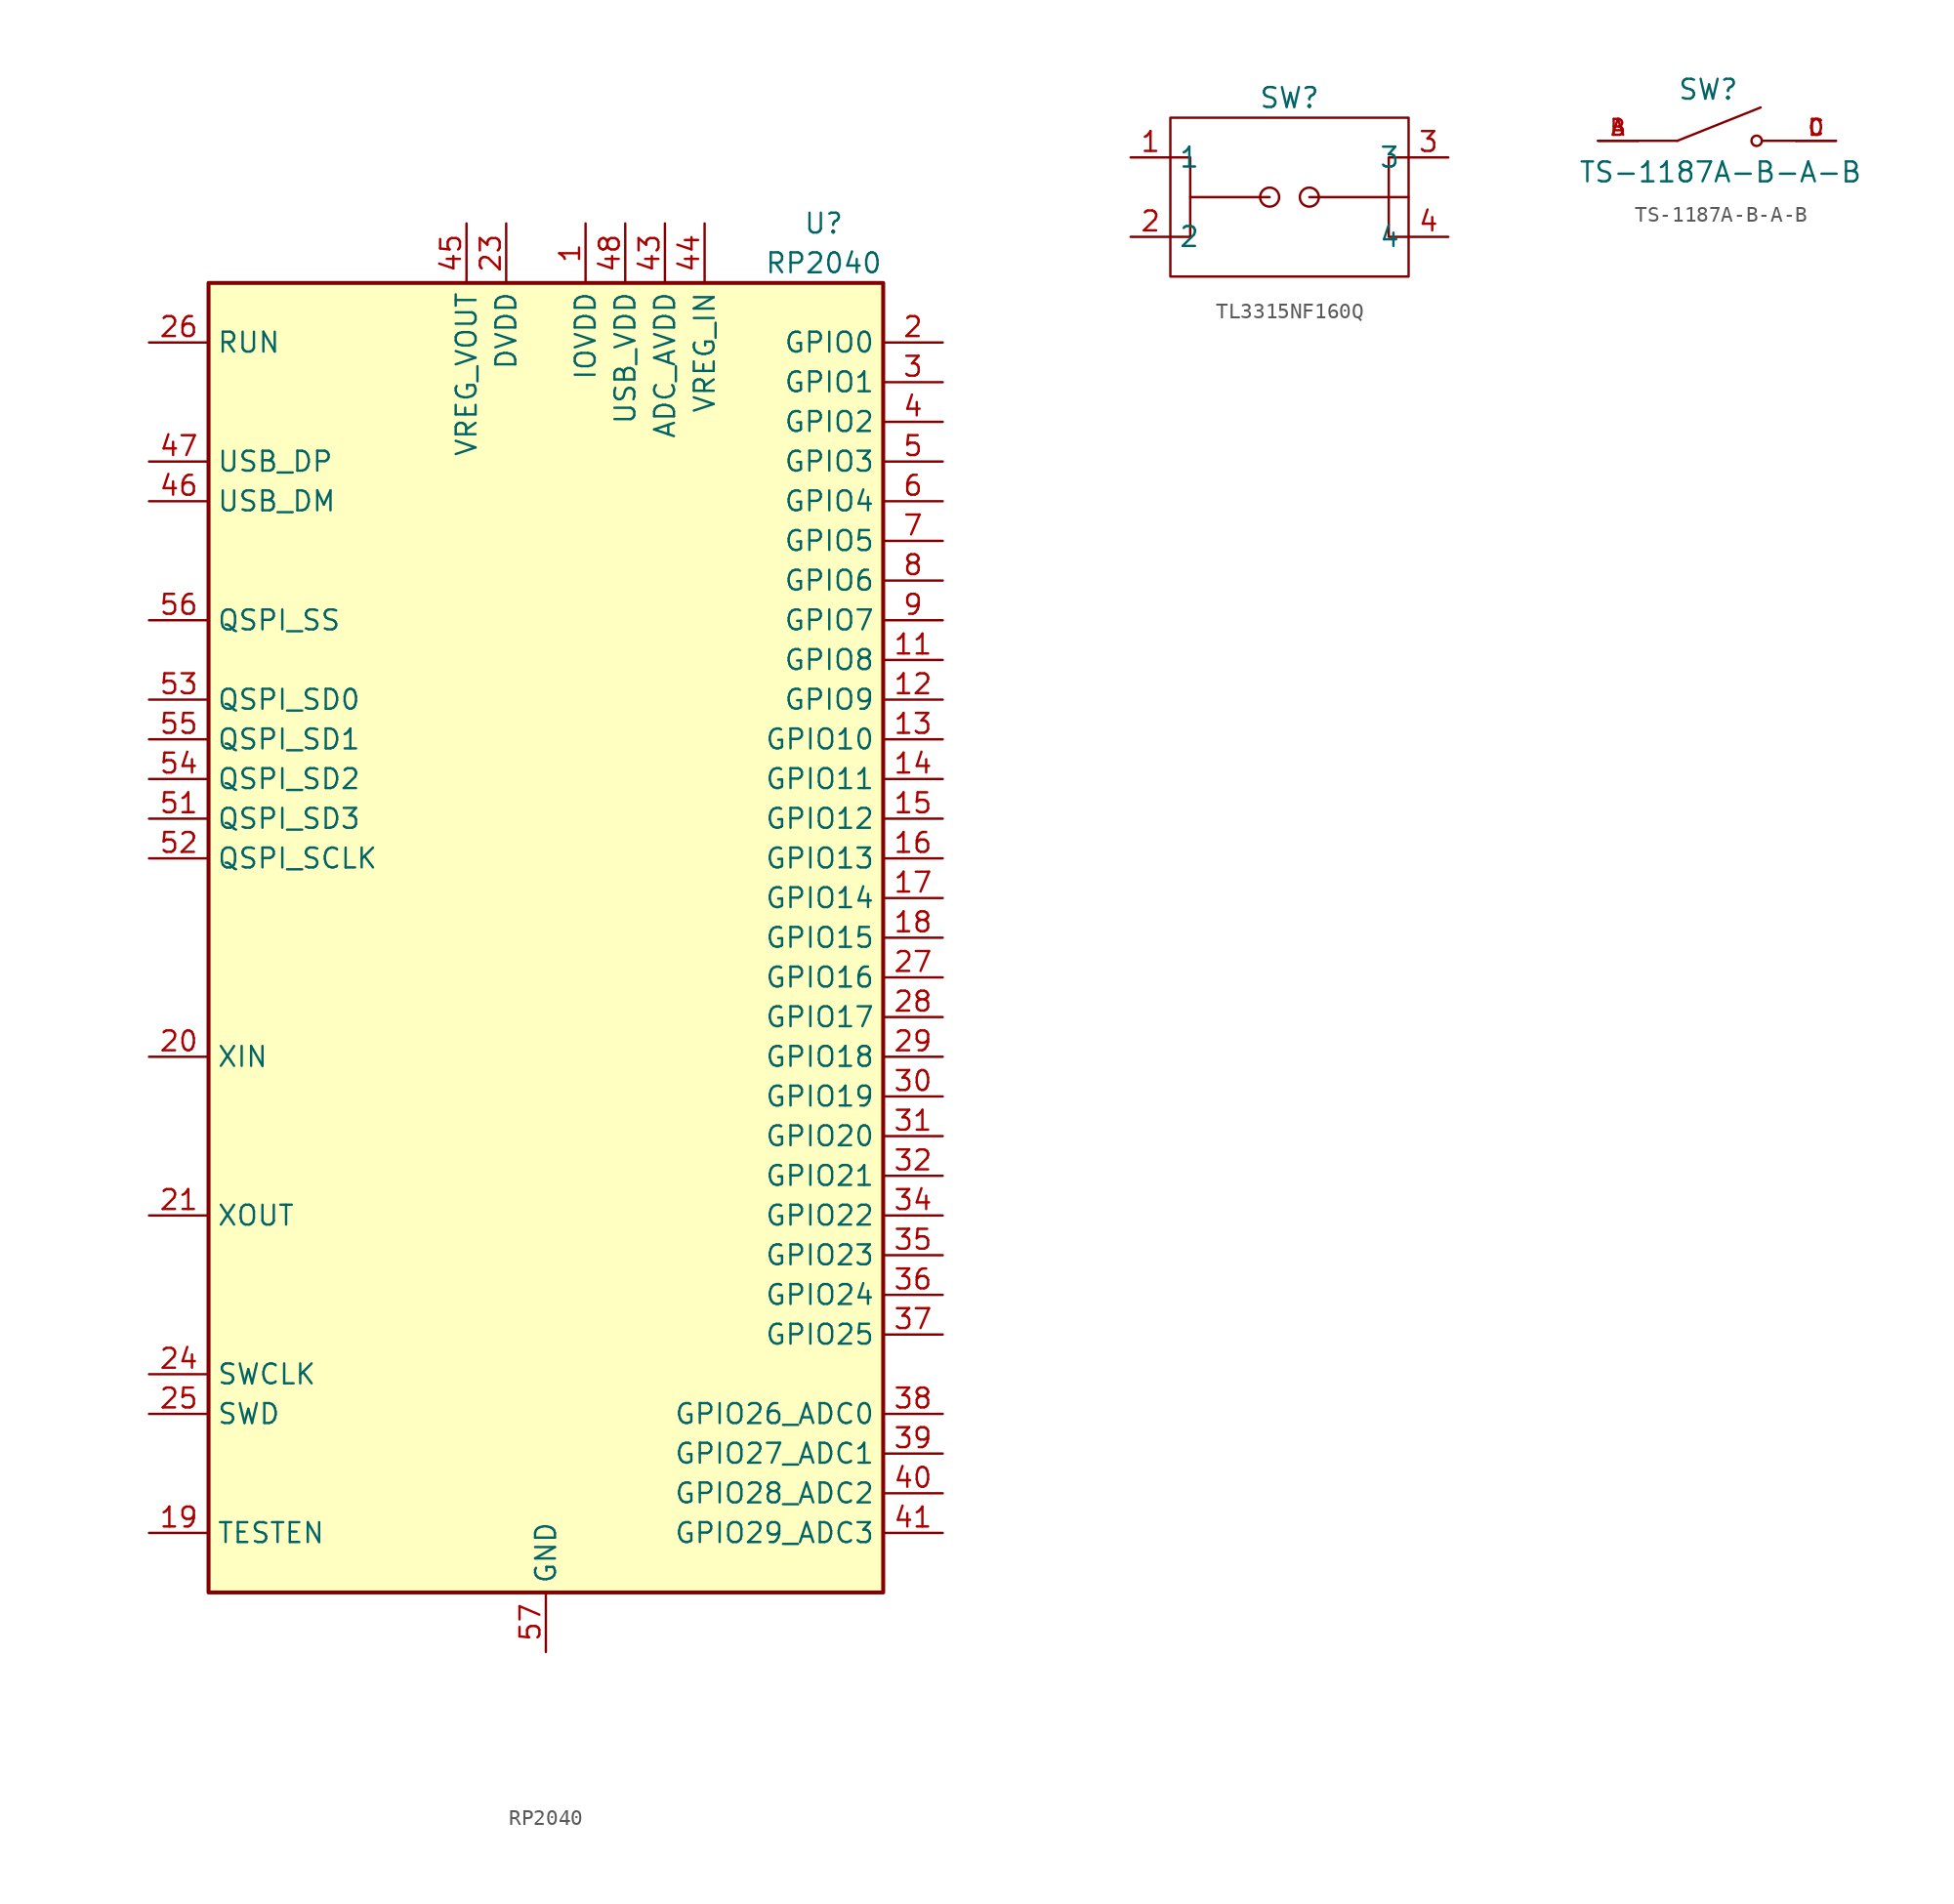
<source format=kicad_sym>
(kicad_symbol_lib
  (version 20220914)
  (generator kicad_symbol_editor)
  (symbol "RP2040"
    (property "Reference" "U"
      (at 17.78 45.72 0)
      (effects (font (size 1.27 1.27))))
    (property "Value" "RP2040"
      (at 17.78 43.18 0)
      (effects (font (size 1.27 1.27))))
    (symbol "RP2040_0_1"
      (rectangle (start -21.59 41.91) (end 21.59 -41.91) (stroke (width 0.254) (type default)) (fill (type background))))
    (symbol "RP2040_1_1"
      (pin power_in line (at 2.54 45.72 270) (length 3.81) (name "IOVDD" (effects (font (size 1.27 1.27)))) (number "1" (effects (font (size 1.27 1.27)))))
      (pin passive line (at 2.54 45.72 270) (length 3.81) hide (name "IOVDD" (effects (font (size 1.27 1.27)))) (number "10" (effects (font (size 1.27 1.27)))))
      (pin bidirectional line (at 25.4 17.78 180) (length 3.81) (name "GPIO8" (effects (font (size 1.27 1.27)))) (number "11" (effects (font (size 1.27 1.27)))))
      (pin bidirectional line (at 25.4 15.24 180) (length 3.81) (name "GPIO9" (effects (font (size 1.27 1.27)))) (number "12" (effects (font (size 1.27 1.27)))))
      (pin bidirectional line (at 25.4 12.7 180) (length 3.81) (name "GPIO10" (effects (font (size 1.27 1.27)))) (number "13" (effects (font (size 1.27 1.27)))))
      (pin bidirectional line (at 25.4 10.16 180) (length 3.81) (name "GPIO11" (effects (font (size 1.27 1.27)))) (number "14" (effects (font (size 1.27 1.27)))))
      (pin bidirectional line (at 25.4 7.62 180) (length 3.81) (name "GPIO12" (effects (font (size 1.27 1.27)))) (number "15" (effects (font (size 1.27 1.27)))))
      (pin bidirectional line (at 25.4 5.08 180) (length 3.81) (name "GPIO13" (effects (font (size 1.27 1.27)))) (number "16" (effects (font (size 1.27 1.27)))))
      (pin bidirectional line (at 25.4 2.54 180) (length 3.81) (name "GPIO14" (effects (font (size 1.27 1.27)))) (number "17" (effects (font (size 1.27 1.27)))))
      (pin bidirectional line (at 25.4 0 180) (length 3.81) (name "GPIO15" (effects (font (size 1.27 1.27)))) (number "18" (effects (font (size 1.27 1.27)))))
      (pin input line (at -25.4 -38.1 0) (length 3.81) (name "TESTEN" (effects (font (size 1.27 1.27)))) (number "19" (effects (font (size 1.27 1.27)))))
      (pin bidirectional line (at 25.4 38.1 180) (length 3.81) (name "GPIO0" (effects (font (size 1.27 1.27)))) (number "2" (effects (font (size 1.27 1.27)))))
      (pin input line (at -25.4 -7.62 0) (length 3.81) (name "XIN" (effects (font (size 1.27 1.27)))) (number "20" (effects (font (size 1.27 1.27)))))
      (pin passive line (at -25.4 -17.78 0) (length 3.81) (name "XOUT" (effects (font (size 1.27 1.27)))) (number "21" (effects (font (size 1.27 1.27)))))
      (pin passive line (at 2.54 45.72 270) (length 3.81) hide (name "IOVDD" (effects (font (size 1.27 1.27)))) (number "22" (effects (font (size 1.27 1.27)))))
      (pin power_in line (at -2.54 45.72 270) (length 3.81) (name "DVDD" (effects (font (size 1.27 1.27)))) (number "23" (effects (font (size 1.27 1.27)))))
      (pin output line (at -25.4 -27.94 0) (length 3.81) (name "SWCLK" (effects (font (size 1.27 1.27)))) (number "24" (effects (font (size 1.27 1.27)))))
      (pin bidirectional line (at -25.4 -30.48 0) (length 3.81) (name "SWD" (effects (font (size 1.27 1.27)))) (number "25" (effects (font (size 1.27 1.27)))))
      (pin input line (at -25.4 38.1 0) (length 3.81) (name "RUN" (effects (font (size 1.27 1.27)))) (number "26" (effects (font (size 1.27 1.27)))))
      (pin bidirectional line (at 25.4 -2.54 180) (length 3.81) (name "GPIO16" (effects (font (size 1.27 1.27)))) (number "27" (effects (font (size 1.27 1.27)))))
      (pin bidirectional line (at 25.4 -5.08 180) (length 3.81) (name "GPIO17" (effects (font (size 1.27 1.27)))) (number "28" (effects (font (size 1.27 1.27)))))
      (pin bidirectional line (at 25.4 -7.62 180) (length 3.81) (name "GPIO18" (effects (font (size 1.27 1.27)))) (number "29" (effects (font (size 1.27 1.27)))))
      (pin bidirectional line (at 25.4 35.56 180) (length 3.81) (name "GPIO1" (effects (font (size 1.27 1.27)))) (number "3" (effects (font (size 1.27 1.27)))))
      (pin bidirectional line (at 25.4 -10.16 180) (length 3.81) (name "GPIO19" (effects (font (size 1.27 1.27)))) (number "30" (effects (font (size 1.27 1.27)))))
      (pin bidirectional line (at 25.4 -12.7 180) (length 3.81) (name "GPIO20" (effects (font (size 1.27 1.27)))) (number "31" (effects (font (size 1.27 1.27)))))
      (pin bidirectional line (at 25.4 -15.24 180) (length 3.81) (name "GPIO21" (effects (font (size 1.27 1.27)))) (number "32" (effects (font (size 1.27 1.27)))))
      (pin passive line (at 2.54 45.72 270) (length 3.81) hide (name "IOVDD" (effects (font (size 1.27 1.27)))) (number "33" (effects (font (size 1.27 1.27)))))
      (pin bidirectional line (at 25.4 -17.78 180) (length 3.81) (name "GPIO22" (effects (font (size 1.27 1.27)))) (number "34" (effects (font (size 1.27 1.27)))))
      (pin bidirectional line (at 25.4 -20.32 180) (length 3.81) (name "GPIO23" (effects (font (size 1.27 1.27)))) (number "35" (effects (font (size 1.27 1.27)))))
      (pin bidirectional line (at 25.4 -22.86 180) (length 3.81) (name "GPIO24" (effects (font (size 1.27 1.27)))) (number "36" (effects (font (size 1.27 1.27)))))
      (pin bidirectional line (at 25.4 -25.4 180) (length 3.81) (name "GPIO25" (effects (font (size 1.27 1.27)))) (number "37" (effects (font (size 1.27 1.27)))))
      (pin bidirectional line (at 25.4 -30.48 180) (length 3.81) (name "GPIO26_ADC0" (effects (font (size 1.27 1.27)))) (number "38" (effects (font (size 1.27 1.27)))))
      (pin bidirectional line (at 25.4 -33.02 180) (length 3.81) (name "GPIO27_ADC1" (effects (font (size 1.27 1.27)))) (number "39" (effects (font (size 1.27 1.27)))))
      (pin bidirectional line (at 25.4 33.02 180) (length 3.81) (name "GPIO2" (effects (font (size 1.27 1.27)))) (number "4" (effects (font (size 1.27 1.27)))))
      (pin bidirectional line (at 25.4 -35.56 180) (length 3.81) (name "GPIO28_ADC2" (effects (font (size 1.27 1.27)))) (number "40" (effects (font (size 1.27 1.27)))))
      (pin bidirectional line (at 25.4 -38.1 180) (length 3.81) (name "GPIO29_ADC3" (effects (font (size 1.27 1.27)))) (number "41" (effects (font (size 1.27 1.27)))))
      (pin passive line (at 2.54 45.72 270) (length 3.81) hide (name "IOVDD" (effects (font (size 1.27 1.27)))) (number "42" (effects (font (size 1.27 1.27)))))
      (pin power_in line (at 7.62 45.72 270) (length 3.81) (name "ADC_AVDD" (effects (font (size 1.27 1.27)))) (number "43" (effects (font (size 1.27 1.27)))))
      (pin power_in line (at 10.16 45.72 270) (length 3.81) (name "VREG_IN" (effects (font (size 1.27 1.27)))) (number "44" (effects (font (size 1.27 1.27)))))
      (pin power_out line (at -5.08 45.72 270) (length 3.81) (name "VREG_VOUT" (effects (font (size 1.27 1.27)))) (number "45" (effects (font (size 1.27 1.27)))))
      (pin bidirectional line (at -25.4 27.94 0) (length 3.81) (name "USB_DM" (effects (font (size 1.27 1.27)))) (number "46" (effects (font (size 1.27 1.27)))))
      (pin bidirectional line (at -25.4 30.48 0) (length 3.81) (name "USB_DP" (effects (font (size 1.27 1.27)))) (number "47" (effects (font (size 1.27 1.27)))))
      (pin power_in line (at 5.08 45.72 270) (length 3.81) (name "USB_VDD" (effects (font (size 1.27 1.27)))) (number "48" (effects (font (size 1.27 1.27)))))
      (pin passive line (at 2.54 45.72 270) (length 3.81) hide (name "IOVDD" (effects (font (size 1.27 1.27)))) (number "49" (effects (font (size 1.27 1.27)))))
      (pin bidirectional line (at 25.4 30.48 180) (length 3.81) (name "GPIO3" (effects (font (size 1.27 1.27)))) (number "5" (effects (font (size 1.27 1.27)))))
      (pin passive line (at -2.54 45.72 270) (length 3.81) hide (name "DVDD" (effects (font (size 1.27 1.27)))) (number "50" (effects (font (size 1.27 1.27)))))
      (pin bidirectional line (at -25.4 7.62 0) (length 3.81) (name "QSPI_SD3" (effects (font (size 1.27 1.27)))) (number "51" (effects (font (size 1.27 1.27)))))
      (pin output line (at -25.4 5.08 0) (length 3.81) (name "QSPI_SCLK" (effects (font (size 1.27 1.27)))) (number "52" (effects (font (size 1.27 1.27)))))
      (pin bidirectional line (at -25.4 15.24 0) (length 3.81) (name "QSPI_SD0" (effects (font (size 1.27 1.27)))) (number "53" (effects (font (size 1.27 1.27)))))
      (pin bidirectional line (at -25.4 10.16 0) (length 3.81) (name "QSPI_SD2" (effects (font (size 1.27 1.27)))) (number "54" (effects (font (size 1.27 1.27)))))
      (pin bidirectional line (at -25.4 12.7 0) (length 3.81) (name "QSPI_SD1" (effects (font (size 1.27 1.27)))) (number "55" (effects (font (size 1.27 1.27)))))
      (pin bidirectional line (at -25.4 20.32 0) (length 3.81) (name "QSPI_SS" (effects (font (size 1.27 1.27)))) (number "56" (effects (font (size 1.27 1.27)))))
      (pin power_in line (at 0 -45.72 90) (length 3.81) (name "GND" (effects (font (size 1.27 1.27)))) (number "57" (effects (font (size 1.27 1.27)))))
      (pin bidirectional line (at 25.4 27.94 180) (length 3.81) (name "GPIO4" (effects (font (size 1.27 1.27)))) (number "6" (effects (font (size 1.27 1.27)))))
      (pin bidirectional line (at 25.4 25.4 180) (length 3.81) (name "GPIO5" (effects (font (size 1.27 1.27)))) (number "7" (effects (font (size 1.27 1.27)))))
      (pin bidirectional line (at 25.4 22.86 180) (length 3.81) (name "GPIO6" (effects (font (size 1.27 1.27)))) (number "8" (effects (font (size 1.27 1.27)))))
      (pin bidirectional line (at 25.4 20.32 180) (length 3.81) (name "GPIO7" (effects (font (size 1.27 1.27)))) (number "9" (effects (font (size 1.27 1.27)))))))
  (symbol "TL3315NF160Q"
    (property "Reference" "SW"
      (at 0 6.35 0)
      (effects (font (size 1.27 1.27))))
    (symbol "TL3315NF160Q_0_1"
      (rectangle (start -7.62 5.08) (end 7.62 -5.08) (stroke (width 0) (type default)) (fill (type none)))
      (circle (center -1.27 0) (radius 0.609) (stroke (width 0) (type default)) (fill (type none)))
      (polyline (pts (xy -6.35 0) (xy -1.27 0)) (stroke (width 0) (type default)) (fill (type none)))
      (polyline (pts (xy 1.27 0) (xy 7.62 0)) (stroke (width 0) (type default)) (fill (type none)))
      (polyline (pts (xy -7.62 2.54) (xy -6.35 2.54) (xy -6.35 0) (xy -6.35 -2.54) (xy -7.62 -2.54)) (stroke (width 0) (type default)) (fill (type none)))
      (polyline (pts (xy 7.62 2.54) (xy 6.35 2.54) (xy 6.35 0) (xy 6.35 -2.54) (xy 7.62 -2.54)) (stroke (width 0) (type default)) (fill (type none)))
      (circle (center 1.27 0) (radius 0.609) (stroke (width 0) (type default)) (fill (type none))))
    (symbol "TL3315NF160Q_1_1"
      (pin input line (at -10.16 2.54 0) (length 2.54) (name "1" (effects (font (size 1.27 1.27)))) (number "1" (effects (font (size 1.27 1.27)))))
      (pin input line (at -10.16 -2.54 0) (length 2.54) (name "2" (effects (font (size 1.27 1.27)))) (number "2" (effects (font (size 1.27 1.27)))))
      (pin input line (at 10.16 2.54 180) (length 2.54) (name "3" (effects (font (size 1.27 1.27)))) (number "3" (effects (font (size 1.27 1.27)))))
      (pin input line (at 10.16 -2.54 180) (length 2.54) (name "4" (effects (font (size 1.27 1.27)))) (number "4" (effects (font (size 1.27 1.27)))))))
  (symbol "TS-1187A-B-A-B"
    (pin_names
      (offset 1.016))
    (property "Reference" "SW"
      (at -2.54 2.54 0)
      (effects (font (size 1.27 1.27)) (justify left bottom)))
    (property "Value" "TS-1187A-B-A-B"
      (at -8.89 -1.27 0)
      (effects (font (size 1.27 1.27)) (justify left top)))
    (symbol "TS-1187A-B-A-B_0_0"
      (polyline (pts (xy -2.54 0) (xy -5.08 0)) (stroke (width 0.152) (type default)) (fill (type none)))
      (polyline (pts (xy -2.54 0) (xy 2.794 2.134)) (stroke (width 0.152) (type default)) (fill (type none)))
      (polyline (pts (xy 5.08 0) (xy 2.921 0)) (stroke (width 0.152) (type default)) (fill (type none)))
      (circle (center 2.54 0) (radius 0.33) (stroke (width 0.152) (type default)) (fill (type none)))
      (pin passive line (at -7.62 0 0) (length 2.54) (name "~" (effects (font (size 1.016 1.016)))) (number "A" (effects (font (size 1.016 1.016)))))
      (pin passive line (at -7.62 0 0) (length 2.54) (name "~" (effects (font (size 1.016 1.016)))) (number "B" (effects (font (size 1.016 1.016)))))
      (pin passive line (at 7.62 0 180) (length 2.54) (name "~" (effects (font (size 1.016 1.016)))) (number "C" (effects (font (size 1.016 1.016)))))
      (pin passive line (at 7.62 0 180) (length 2.54) (name "~" (effects (font (size 1.016 1.016)))) (number "D" (effects (font (size 1.016 1.016))))))))
</source>
